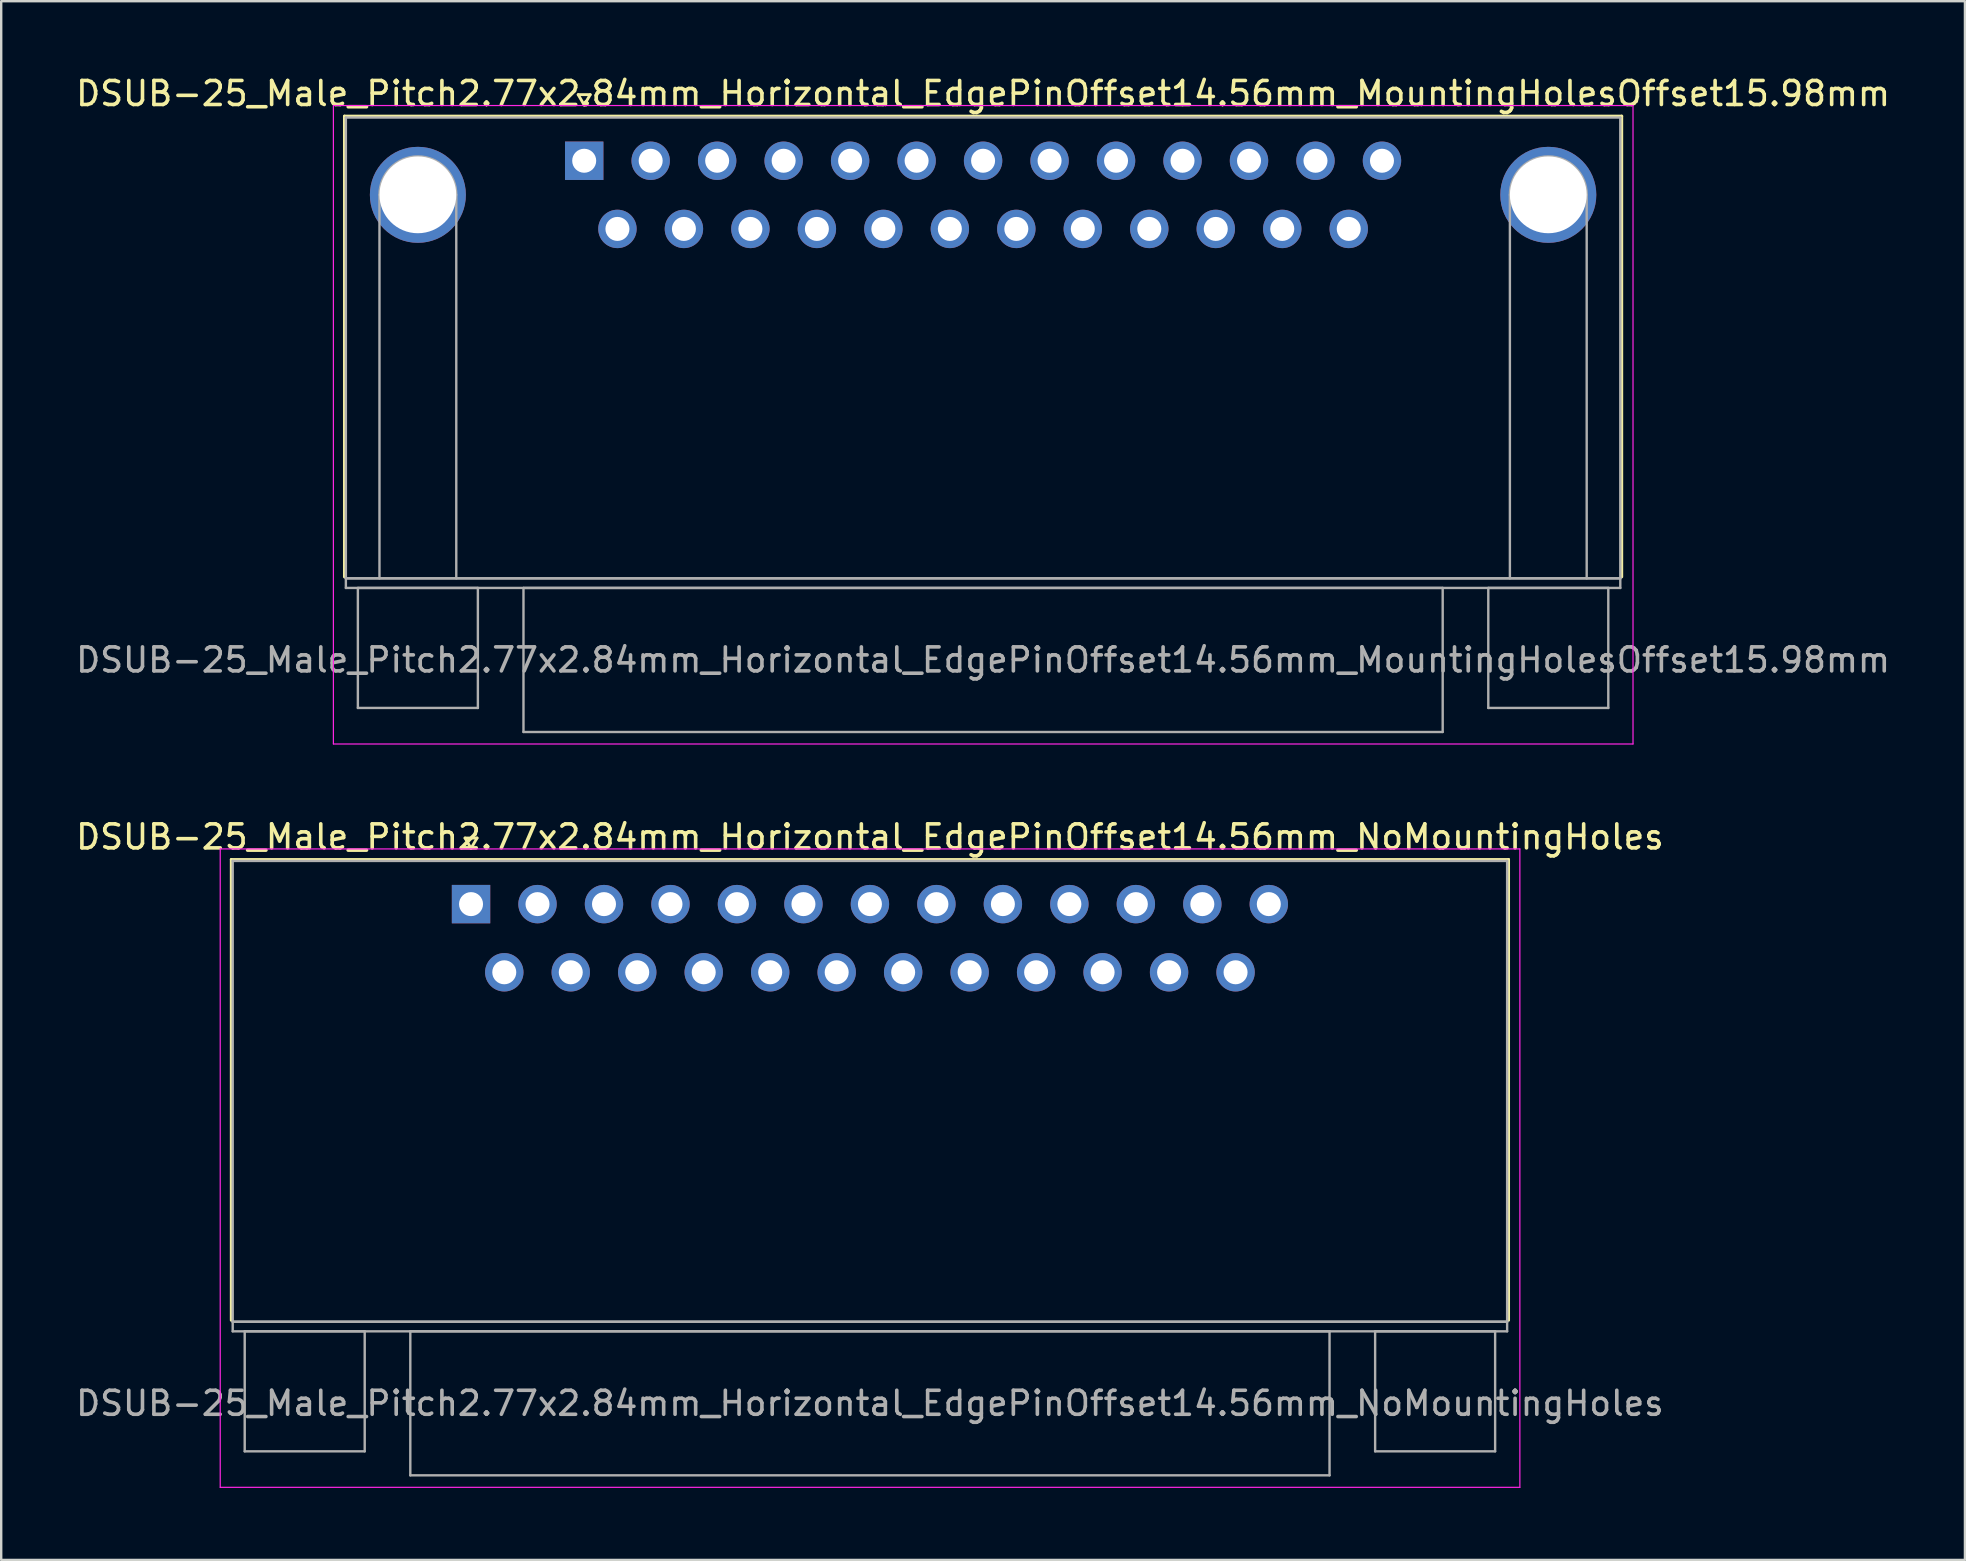
<source format=kicad_pcb>
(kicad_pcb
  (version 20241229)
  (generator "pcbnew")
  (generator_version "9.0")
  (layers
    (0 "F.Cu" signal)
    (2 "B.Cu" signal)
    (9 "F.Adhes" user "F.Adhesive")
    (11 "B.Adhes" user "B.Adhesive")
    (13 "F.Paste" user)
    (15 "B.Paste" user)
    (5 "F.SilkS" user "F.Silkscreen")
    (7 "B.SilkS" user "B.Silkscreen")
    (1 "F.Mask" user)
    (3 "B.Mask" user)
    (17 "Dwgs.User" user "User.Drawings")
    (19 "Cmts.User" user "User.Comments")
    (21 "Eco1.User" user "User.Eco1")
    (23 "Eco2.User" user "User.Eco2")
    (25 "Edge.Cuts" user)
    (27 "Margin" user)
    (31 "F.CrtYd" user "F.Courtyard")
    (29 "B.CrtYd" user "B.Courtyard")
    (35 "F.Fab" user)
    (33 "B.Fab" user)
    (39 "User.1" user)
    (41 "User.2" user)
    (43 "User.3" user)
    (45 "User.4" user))
  (footprint "DSUB-25_Male_Pitch2.77x2.84mm_Horizontal_EdgePinOffset14.56mm_NoMountingHoles"
    (layer "F.Cu")
    (at 16.576 34.621)
    (property "Reference" "DSUB-25_Male_Pitch2.77x2.84mm_Horizontal_EdgePinOffset14.56mm_NoMountingHoles" (at 16.62 -2.8 0) (layer "F.SilkS") (effects (font (size 1 1) (thickness 0.15))))
    (attr through_hole)
    (fp_line (start -9.99 -1.86) (end 43.23 -1.86) (stroke (width 0.12) (type solid)) (layer "F.SilkS"))
    (fp_line (start -9.99 17.34) (end -9.99 -1.86) (stroke (width 0.12) (type solid)) (layer "F.SilkS"))
    (fp_line (start -0.25 -2.754) (end 0.25 -2.754) (stroke (width 0.12) (type solid)) (layer "F.SilkS"))
    (fp_line (start 0 -2.321) (end -0.25 -2.754) (stroke (width 0.12) (type solid)) (layer "F.SilkS"))
    (fp_line (start 0.25 -2.754) (end 0 -2.321) (stroke (width 0.12) (type solid)) (layer "F.SilkS"))
    (fp_line (start 43.23 -1.86) (end 43.23 17.34) (stroke (width 0.12) (type solid)) (layer "F.SilkS"))
    (fp_line (start -10.45 -2.3) (end -10.45 24.3) (stroke (width 0.05) (type solid)) (layer "F.CrtYd"))
    (fp_line (start -10.45 24.3) (end 43.7 24.3) (stroke (width 0.05) (type solid)) (layer "F.CrtYd"))
    (fp_line (start 43.7 -2.3) (end -10.45 -2.3) (stroke (width 0.05) (type solid)) (layer "F.CrtYd"))
    (fp_line (start 43.7 24.3) (end 43.7 -2.3) (stroke (width 0.05) (type solid)) (layer "F.CrtYd"))
    (fp_line (start -9.93 -1.8) (end -9.93 17.4) (stroke (width 0.1) (type solid)) (layer "F.Fab"))
    (fp_line (start -9.93 17.4) (end -9.93 17.8) (stroke (width 0.1) (type solid)) (layer "F.Fab"))
    (fp_line (start -9.93 17.4) (end 43.17 17.4) (stroke (width 0.1) (type solid)) (layer "F.Fab"))
    (fp_line (start -9.93 17.8) (end 43.17 17.8) (stroke (width 0.1) (type solid)) (layer "F.Fab"))
    (fp_line (start -9.43 17.8) (end -9.43 22.8) (stroke (width 0.1) (type solid)) (layer "F.Fab"))
    (fp_line (start -9.43 22.8) (end -4.43 22.8) (stroke (width 0.1) (type solid)) (layer "F.Fab"))
    (fp_line (start -4.43 17.8) (end -9.43 17.8) (stroke (width 0.1) (type solid)) (layer "F.Fab"))
    (fp_line (start -4.43 22.8) (end -4.43 17.8) (stroke (width 0.1) (type solid)) (layer "F.Fab"))
    (fp_line (start -2.53 17.8) (end -2.53 23.8) (stroke (width 0.1) (type solid)) (layer "F.Fab"))
    (fp_line (start -2.53 23.8) (end 35.77 23.8) (stroke (width 0.1) (type solid)) (layer "F.Fab"))
    (fp_line (start 35.77 17.8) (end -2.53 17.8) (stroke (width 0.1) (type solid)) (layer "F.Fab"))
    (fp_line (start 35.77 23.8) (end 35.77 17.8) (stroke (width 0.1) (type solid)) (layer "F.Fab"))
    (fp_line (start 37.67 17.8) (end 37.67 22.8) (stroke (width 0.1) (type solid)) (layer "F.Fab"))
    (fp_line (start 37.67 22.8) (end 42.67 22.8) (stroke (width 0.1) (type solid)) (layer "F.Fab"))
    (fp_line (start 42.67 17.8) (end 37.67 17.8) (stroke (width 0.1) (type solid)) (layer "F.Fab"))
    (fp_line (start 42.67 22.8) (end 42.67 17.8) (stroke (width 0.1) (type solid)) (layer "F.Fab"))
    (fp_line (start 43.17 -1.8) (end -9.93 -1.8) (stroke (width 0.1) (type solid)) (layer "F.Fab"))
    (fp_line (start 43.17 17.4) (end -9.93 17.4) (stroke (width 0.1) (type solid)) (layer "F.Fab"))
    (fp_line (start 43.17 17.4) (end 43.17 -1.8) (stroke (width 0.1) (type solid)) (layer "F.Fab"))
    (fp_line (start 43.17 17.8) (end 43.17 17.4) (stroke (width 0.1) (type solid)) (layer "F.Fab"))
    (fp_text user "${REFERENCE}" (at 16.62 20.8 0) (layer "F.Fab") (effects (font (size 1 1) (thickness 0.15))))
    (pad "1" thru_hole rect (at 0 0) (size 1.6 1.6) (drill 1) (layers "*.Cu" "*.Mask"))
    (pad "2" thru_hole circle (at 2.77 0) (size 1.6 1.6) (drill 1) (layers "*.Cu" "*.Mask"))
    (pad "3" thru_hole circle (at 5.54 0) (size 1.6 1.6) (drill 1) (layers "*.Cu" "*.Mask"))
    (pad "4" thru_hole circle (at 8.31 0) (size 1.6 1.6) (drill 1) (layers "*.Cu" "*.Mask"))
    (pad "5" thru_hole circle (at 11.08 0) (size 1.6 1.6) (drill 1) (layers "*.Cu" "*.Mask"))
    (pad "6" thru_hole circle (at 13.85 0) (size 1.6 1.6) (drill 1) (layers "*.Cu" "*.Mask"))
    (pad "7" thru_hole circle (at 16.62 0) (size 1.6 1.6) (drill 1) (layers "*.Cu" "*.Mask"))
    (pad "8" thru_hole circle (at 19.39 0) (size 1.6 1.6) (drill 1) (layers "*.Cu" "*.Mask"))
    (pad "9" thru_hole circle (at 22.16 0) (size 1.6 1.6) (drill 1) (layers "*.Cu" "*.Mask"))
    (pad "10" thru_hole circle (at 24.93 0) (size 1.6 1.6) (drill 1) (layers "*.Cu" "*.Mask"))
    (pad "11" thru_hole circle (at 27.7 0) (size 1.6 1.6) (drill 1) (layers "*.Cu" "*.Mask"))
    (pad "12" thru_hole circle (at 30.47 0) (size 1.6 1.6) (drill 1) (layers "*.Cu" "*.Mask"))
    (pad "13" thru_hole circle (at 33.24 0) (size 1.6 1.6) (drill 1) (layers "*.Cu" "*.Mask"))
    (pad "14" thru_hole circle (at 1.385 2.84) (size 1.6 1.6) (drill 1) (layers "*.Cu" "*.Mask"))
    (pad "15" thru_hole circle (at 4.155 2.84) (size 1.6 1.6) (drill 1) (layers "*.Cu" "*.Mask"))
    (pad "16" thru_hole circle (at 6.925 2.84) (size 1.6 1.6) (drill 1) (layers "*.Cu" "*.Mask"))
    (pad "17" thru_hole circle (at 9.695 2.84) (size 1.6 1.6) (drill 1) (layers "*.Cu" "*.Mask"))
    (pad "18" thru_hole circle (at 12.465 2.84) (size 1.6 1.6) (drill 1) (layers "*.Cu" "*.Mask"))
    (pad "19" thru_hole circle (at 15.235 2.84) (size 1.6 1.6) (drill 1) (layers "*.Cu" "*.Mask"))
    (pad "20" thru_hole circle (at 18.005 2.84) (size 1.6 1.6) (drill 1) (layers "*.Cu" "*.Mask"))
    (pad "21" thru_hole circle (at 20.775 2.84) (size 1.6 1.6) (drill 1) (layers "*.Cu" "*.Mask"))
    (pad "22" thru_hole circle (at 23.545 2.84) (size 1.6 1.6) (drill 1) (layers "*.Cu" "*.Mask"))
    (pad "23" thru_hole circle (at 26.315 2.84) (size 1.6 1.6) (drill 1) (layers "*.Cu" "*.Mask"))
    (pad "24" thru_hole circle (at 29.085 2.84) (size 1.6 1.6) (drill 1) (layers "*.Cu" "*.Mask"))
    (pad "25" thru_hole circle (at 31.855 2.84) (size 1.6 1.6) (drill 1) (layers "*.Cu" "*.Mask")))
  (footprint "DSUB-25_Male_Pitch2.77x2.84mm_Horizontal_EdgePinOffset14.56mm_MountingHolesOffset15.98mm"
    (layer "F.Cu")
    (at 21.291 3.648)
    (property "Reference" "DSUB-25_Male_Pitch2.77x2.84mm_Horizontal_EdgePinOffset14.56mm_MountingHolesOffset15.98mm" (at 16.62 -2.8 0) (layer "F.SilkS") (effects (font (size 1 1) (thickness 0.15))))
    (attr through_hole)
    (fp_line (start -9.99 -1.86) (end 43.23 -1.86) (stroke (width 0.12) (type solid)) (layer "F.SilkS"))
    (fp_line (start -9.99 17.34) (end -9.99 -1.86) (stroke (width 0.12) (type solid)) (layer "F.SilkS"))
    (fp_line (start -0.25 -2.754) (end 0.25 -2.754) (stroke (width 0.12) (type solid)) (layer "F.SilkS"))
    (fp_line (start 0 -2.321) (end -0.25 -2.754) (stroke (width 0.12) (type solid)) (layer "F.SilkS"))
    (fp_line (start 0.25 -2.754) (end 0 -2.321) (stroke (width 0.12) (type solid)) (layer "F.SilkS"))
    (fp_line (start 43.23 -1.86) (end 43.23 17.34) (stroke (width 0.12) (type solid)) (layer "F.SilkS"))
    (fp_line (start -10.45 -2.3) (end -10.45 24.3) (stroke (width 0.05) (type solid)) (layer "F.CrtYd"))
    (fp_line (start -10.45 24.3) (end 43.7 24.3) (stroke (width 0.05) (type solid)) (layer "F.CrtYd"))
    (fp_line (start 43.7 -2.3) (end -10.45 -2.3) (stroke (width 0.05) (type solid)) (layer "F.CrtYd"))
    (fp_line (start 43.7 24.3) (end 43.7 -2.3) (stroke (width 0.05) (type solid)) (layer "F.CrtYd"))
    (fp_line (start -9.93 -1.8) (end -9.93 17.4) (stroke (width 0.1) (type solid)) (layer "F.Fab"))
    (fp_line (start -9.93 17.4) (end -9.93 17.8) (stroke (width 0.1) (type solid)) (layer "F.Fab"))
    (fp_line (start -9.93 17.4) (end 43.17 17.4) (stroke (width 0.1) (type solid)) (layer "F.Fab"))
    (fp_line (start -9.93 17.8) (end 43.17 17.8) (stroke (width 0.1) (type solid)) (layer "F.Fab"))
    (fp_line (start -9.43 17.8) (end -9.43 22.8) (stroke (width 0.1) (type solid)) (layer "F.Fab"))
    (fp_line (start -9.43 22.8) (end -4.43 22.8) (stroke (width 0.1) (type solid)) (layer "F.Fab"))
    (fp_line (start -8.53 17.4) (end -8.53 1.42) (stroke (width 0.1) (type solid)) (layer "F.Fab"))
    (fp_line (start -5.33 17.4) (end -5.33 1.42) (stroke (width 0.1) (type solid)) (layer "F.Fab"))
    (fp_line (start -4.43 17.8) (end -9.43 17.8) (stroke (width 0.1) (type solid)) (layer "F.Fab"))
    (fp_line (start -4.43 22.8) (end -4.43 17.8) (stroke (width 0.1) (type solid)) (layer "F.Fab"))
    (fp_line (start -2.53 17.8) (end -2.53 23.8) (stroke (width 0.1) (type solid)) (layer "F.Fab"))
    (fp_line (start -2.53 23.8) (end 35.77 23.8) (stroke (width 0.1) (type solid)) (layer "F.Fab"))
    (fp_line (start 35.77 17.8) (end -2.53 17.8) (stroke (width 0.1) (type solid)) (layer "F.Fab"))
    (fp_line (start 35.77 23.8) (end 35.77 17.8) (stroke (width 0.1) (type solid)) (layer "F.Fab"))
    (fp_line (start 37.67 17.8) (end 37.67 22.8) (stroke (width 0.1) (type solid)) (layer "F.Fab"))
    (fp_line (start 37.67 22.8) (end 42.67 22.8) (stroke (width 0.1) (type solid)) (layer "F.Fab"))
    (fp_line (start 38.57 17.4) (end 38.57 1.42) (stroke (width 0.1) (type solid)) (layer "F.Fab"))
    (fp_line (start 41.77 17.4) (end 41.77 1.42) (stroke (width 0.1) (type solid)) (layer "F.Fab"))
    (fp_line (start 42.67 17.8) (end 37.67 17.8) (stroke (width 0.1) (type solid)) (layer "F.Fab"))
    (fp_line (start 42.67 22.8) (end 42.67 17.8) (stroke (width 0.1) (type solid)) (layer "F.Fab"))
    (fp_line (start 43.17 -1.8) (end -9.93 -1.8) (stroke (width 0.1) (type solid)) (layer "F.Fab"))
    (fp_line (start 43.17 17.4) (end -9.93 17.4) (stroke (width 0.1) (type solid)) (layer "F.Fab"))
    (fp_line (start 43.17 17.4) (end 43.17 -1.8) (stroke (width 0.1) (type solid)) (layer "F.Fab"))
    (fp_line (start 43.17 17.8) (end 43.17 17.4) (stroke (width 0.1) (type solid)) (layer "F.Fab"))
    (fp_arc (start -8.53 1.42) (mid -6.93 -0.18) (end -5.33 1.42) (stroke (width 0.1) (type solid)) (layer "F.Fab"))
    (fp_arc (start 38.57 1.42) (mid 40.17 -0.18) (end 41.77 1.42) (stroke (width 0.1) (type solid)) (layer "F.Fab"))
    (fp_text user "${REFERENCE}" (at 16.62 20.8 0) (layer "F.Fab") (effects (font (size 1 1) (thickness 0.15))))
    (pad "0" thru_hole circle (at -6.93 1.42) (size 4 4) (drill 3.2) (layers "*.Cu" "*.Mask"))
    (pad "0" thru_hole circle (at 40.17 1.42) (size 4 4) (drill 3.2) (layers "*.Cu" "*.Mask"))
    (pad "1" thru_hole rect (at 0 0) (size 1.6 1.6) (drill 1) (layers "*.Cu" "*.Mask"))
    (pad "2" thru_hole circle (at 2.77 0) (size 1.6 1.6) (drill 1) (layers "*.Cu" "*.Mask"))
    (pad "3" thru_hole circle (at 5.54 0) (size 1.6 1.6) (drill 1) (layers "*.Cu" "*.Mask"))
    (pad "4" thru_hole circle (at 8.31 0) (size 1.6 1.6) (drill 1) (layers "*.Cu" "*.Mask"))
    (pad "5" thru_hole circle (at 11.08 0) (size 1.6 1.6) (drill 1) (layers "*.Cu" "*.Mask"))
    (pad "6" thru_hole circle (at 13.85 0) (size 1.6 1.6) (drill 1) (layers "*.Cu" "*.Mask"))
    (pad "7" thru_hole circle (at 16.62 0) (size 1.6 1.6) (drill 1) (layers "*.Cu" "*.Mask"))
    (pad "8" thru_hole circle (at 19.39 0) (size 1.6 1.6) (drill 1) (layers "*.Cu" "*.Mask"))
    (pad "9" thru_hole circle (at 22.16 0) (size 1.6 1.6) (drill 1) (layers "*.Cu" "*.Mask"))
    (pad "10" thru_hole circle (at 24.93 0) (size 1.6 1.6) (drill 1) (layers "*.Cu" "*.Mask"))
    (pad "11" thru_hole circle (at 27.7 0) (size 1.6 1.6) (drill 1) (layers "*.Cu" "*.Mask"))
    (pad "12" thru_hole circle (at 30.47 0) (size 1.6 1.6) (drill 1) (layers "*.Cu" "*.Mask"))
    (pad "13" thru_hole circle (at 33.24 0) (size 1.6 1.6) (drill 1) (layers "*.Cu" "*.Mask"))
    (pad "14" thru_hole circle (at 1.385 2.84) (size 1.6 1.6) (drill 1) (layers "*.Cu" "*.Mask"))
    (pad "15" thru_hole circle (at 4.155 2.84) (size 1.6 1.6) (drill 1) (layers "*.Cu" "*.Mask"))
    (pad "16" thru_hole circle (at 6.925 2.84) (size 1.6 1.6) (drill 1) (layers "*.Cu" "*.Mask"))
    (pad "17" thru_hole circle (at 9.695 2.84) (size 1.6 1.6) (drill 1) (layers "*.Cu" "*.Mask"))
    (pad "18" thru_hole circle (at 12.465 2.84) (size 1.6 1.6) (drill 1) (layers "*.Cu" "*.Mask"))
    (pad "19" thru_hole circle (at 15.235 2.84) (size 1.6 1.6) (drill 1) (layers "*.Cu" "*.Mask"))
    (pad "20" thru_hole circle (at 18.005 2.84) (size 1.6 1.6) (drill 1) (layers "*.Cu" "*.Mask"))
    (pad "21" thru_hole circle (at 20.775 2.84) (size 1.6 1.6) (drill 1) (layers "*.Cu" "*.Mask"))
    (pad "22" thru_hole circle (at 23.545 2.84) (size 1.6 1.6) (drill 1) (layers "*.Cu" "*.Mask"))
    (pad "23" thru_hole circle (at 26.315 2.84) (size 1.6 1.6) (drill 1) (layers "*.Cu" "*.Mask"))
    (pad "24" thru_hole circle (at 29.085 2.84) (size 1.6 1.6) (drill 1) (layers "*.Cu" "*.Mask"))
    (pad "25" thru_hole circle (at 31.855 2.84) (size 1.6 1.6) (drill 1) (layers "*.Cu" "*.Mask")))
  (gr_rect
    (start -3 -3)
    (end 78.821 61.947)
    (stroke (width 0.1) (type default))
    (fill no)
    (layer "Edge.Cuts")))
</source>
